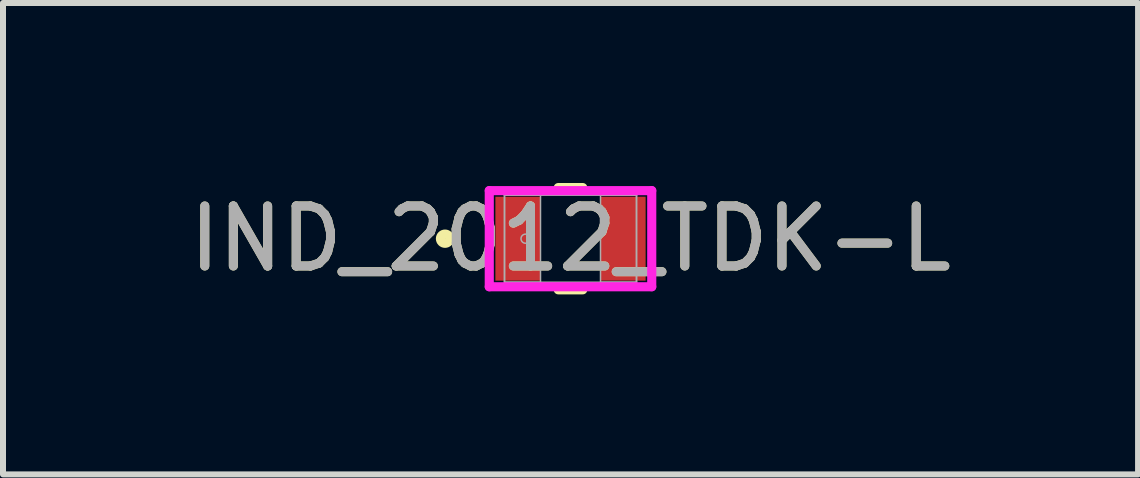
<source format=kicad_pcb>
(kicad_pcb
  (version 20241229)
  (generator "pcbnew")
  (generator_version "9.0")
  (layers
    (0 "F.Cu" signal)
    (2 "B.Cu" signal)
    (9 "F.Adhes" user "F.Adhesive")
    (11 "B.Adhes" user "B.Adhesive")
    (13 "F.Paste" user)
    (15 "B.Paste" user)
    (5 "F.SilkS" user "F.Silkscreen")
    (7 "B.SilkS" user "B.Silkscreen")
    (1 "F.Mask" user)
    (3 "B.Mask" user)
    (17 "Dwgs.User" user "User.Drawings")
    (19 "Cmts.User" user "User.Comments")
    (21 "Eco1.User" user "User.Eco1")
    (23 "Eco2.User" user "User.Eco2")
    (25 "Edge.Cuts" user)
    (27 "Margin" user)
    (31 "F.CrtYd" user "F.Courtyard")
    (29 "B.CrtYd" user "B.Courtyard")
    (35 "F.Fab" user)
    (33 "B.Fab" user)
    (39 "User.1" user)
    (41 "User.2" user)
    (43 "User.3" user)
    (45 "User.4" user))
  (footprint "IND_2012_TDK-L"
    (layer "F.Cu")
    (at 6.458 0.928)
    (property "Reference" "IND_2012_TDK-L" (at 0 0 0) (unlocked yes) (layer "F.SilkS") (effects (font (size 1 1) (thickness 0.15))))
    (attr smd)
    (fp_line (start -0.204 0.852) (end 0.204 0.852) (stroke (width 0.152) (type solid)) (layer "F.SilkS"))
    (fp_line (start 0.204 -0.852) (end -0.204 -0.852) (stroke (width 0.152) (type solid)) (layer "F.SilkS"))
    (fp_circle (center -2.091 0) (end -2.014 0) (stroke (width 0.152) (type solid)) (fill no) (layer "F.SilkS"))
    (fp_line (start -1.354 -0.801) (end 1.354 -0.801) (stroke (width 0.152) (type solid)) (layer "F.CrtYd"))
    (fp_line (start -1.354 0.801) (end -1.354 -0.801) (stroke (width 0.152) (type solid)) (layer "F.CrtYd"))
    (fp_line (start 1.354 -0.801) (end 1.354 0.801) (stroke (width 0.152) (type solid)) (layer "F.CrtYd"))
    (fp_line (start 1.354 0.801) (end -1.354 0.801) (stroke (width 0.152) (type solid)) (layer "F.CrtYd"))
    (fp_line (start -1.1 -0.725) (end -1.1 0.725) (stroke (width 0.025) (type solid)) (layer "F.Fab"))
    (fp_line (start -1.1 -0.725) (end -1.1 0.725) (stroke (width 0.025) (type solid)) (layer "F.Fab"))
    (fp_line (start -1.1 0.725) (end -0.5 0.725) (stroke (width 0.025) (type solid)) (layer "F.Fab"))
    (fp_line (start -1.1 0.725) (end 1.1 0.725) (stroke (width 0.025) (type solid)) (layer "F.Fab"))
    (fp_line (start -0.5 -0.725) (end -1.1 -0.725) (stroke (width 0.025) (type solid)) (layer "F.Fab"))
    (fp_line (start -0.5 0.725) (end -0.5 -0.725) (stroke (width 0.025) (type solid)) (layer "F.Fab"))
    (fp_line (start 0.5 -0.725) (end 0.5 0.725) (stroke (width 0.025) (type solid)) (layer "F.Fab"))
    (fp_line (start 0.5 0.725) (end 1.1 0.725) (stroke (width 0.025) (type solid)) (layer "F.Fab"))
    (fp_line (start 1.1 -0.725) (end -1.1 -0.725) (stroke (width 0.025) (type solid)) (layer "F.Fab"))
    (fp_line (start 1.1 -0.725) (end 0.5 -0.725) (stroke (width 0.025) (type solid)) (layer "F.Fab"))
    (fp_line (start 1.1 0.725) (end 1.1 -0.725) (stroke (width 0.025) (type solid)) (layer "F.Fab"))
    (fp_line (start 1.1 0.725) (end 1.1 -0.725) (stroke (width 0.025) (type solid)) (layer "F.Fab"))
    (fp_circle (center -0.749 0) (end -0.673 0) (stroke (width 0.025) (type solid)) (fill no) (layer "F.Fab"))
    (fp_text user "${REFERENCE}" (at 0 0 0) (unlocked yes) (layer "F.Fab") (effects (font (size 1 1) (thickness 0.15))))
    (pad "1" smd rect (at -0.876 0) (size 0.752 1.399) (layers "F.Cu" "F.Mask" "F.Paste"))
    (pad "2" smd rect (at 0.876 0) (size 0.752 1.399) (layers "F.Cu" "F.Mask" "F.Paste"))
    (zone (net_name "") (layer "F.Cu") (hatch full 0.508) (connect_pads) (min_thickness 0.254) (filled_areas_thickness no) (keepout (tracks not_allowed) (vias not_allowed) (pads allowed) (copperpour not_allowed) (footprints allowed)) (placement (enabled no)) (fill) (polygon (pts (xy 6.009 0.254) (xy 6.908 0.254) (xy 6.908 1.602) (xy 6.009 1.602)))))
  (gr_rect
    (start -3 -3)
    (end 15.917 4.856)
    (stroke (width 0.1) (type default))
    (fill no)
    (layer "Edge.Cuts")))
</source>
